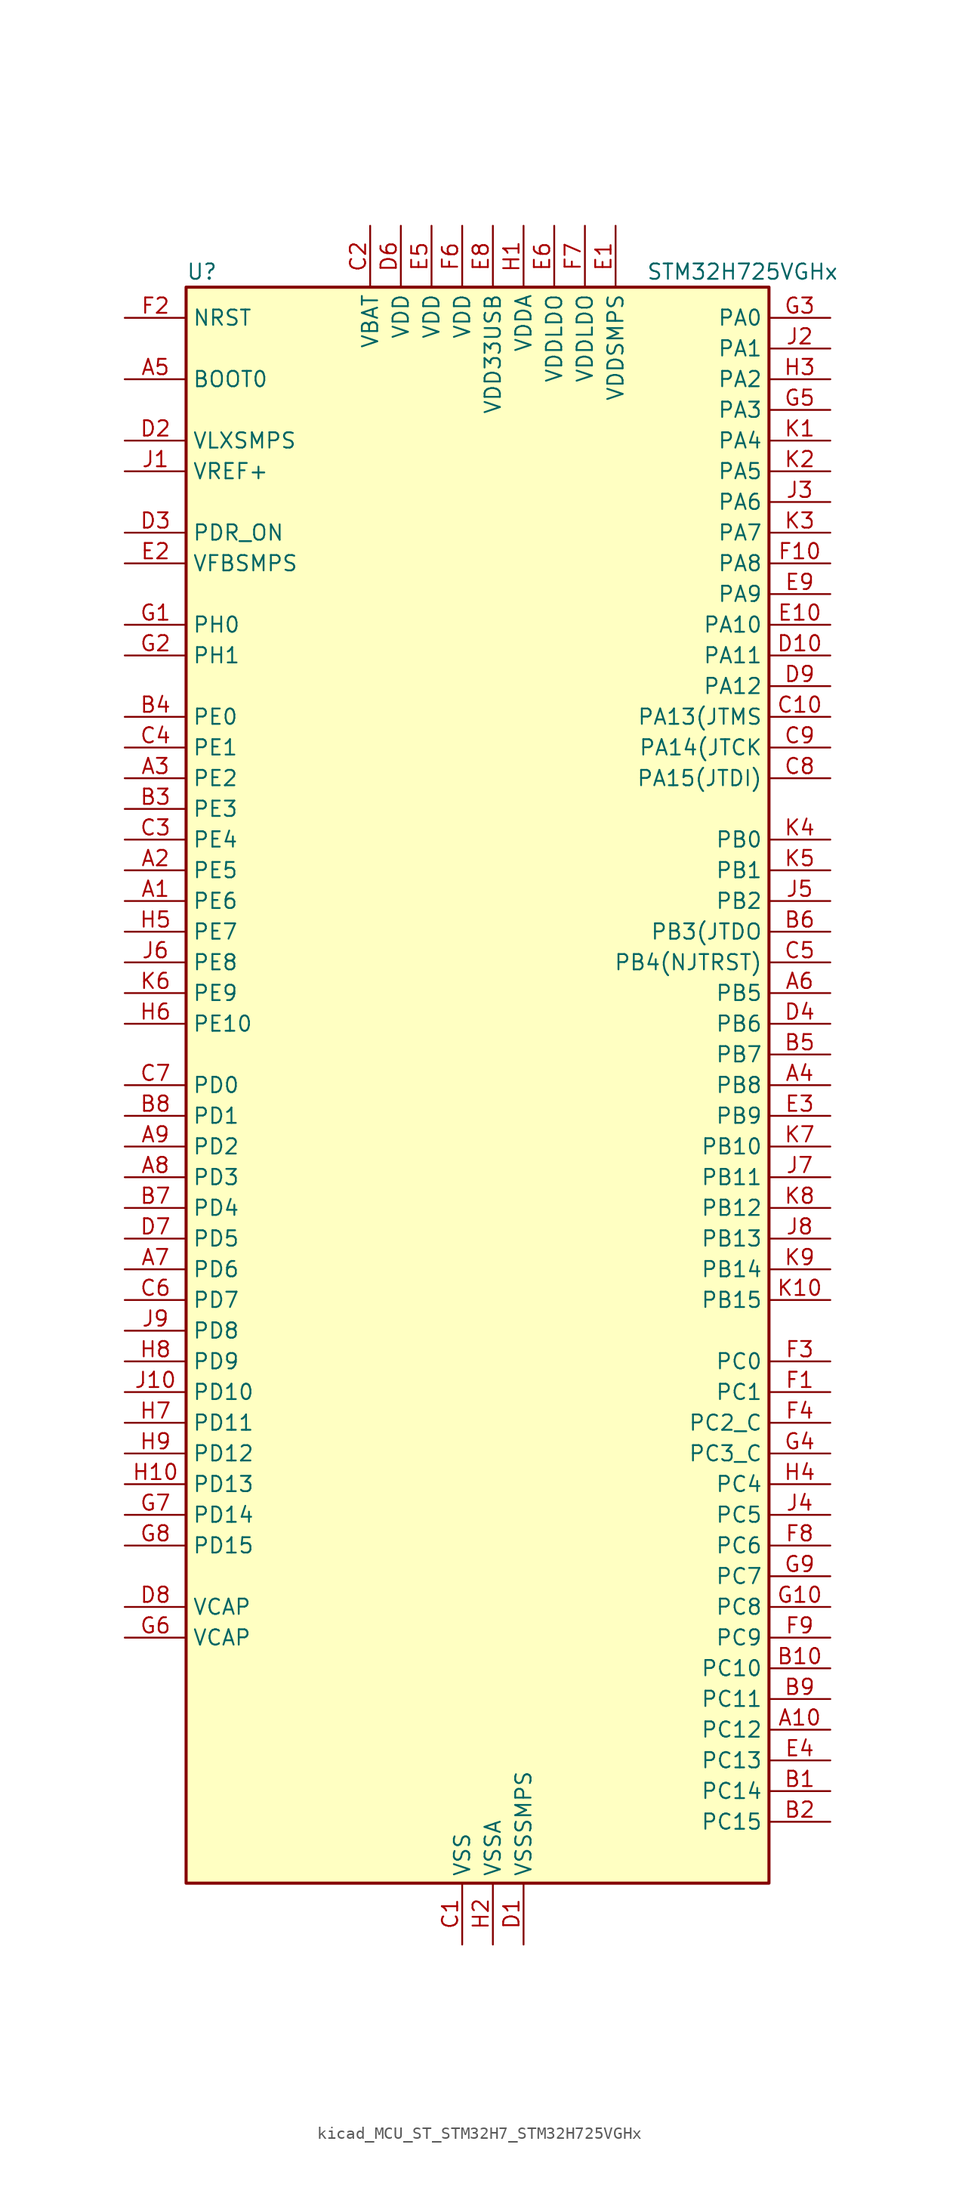
<source format=kicad_sym>
(kicad_symbol_lib
  (version 20220914)
  (generator kicad_symbol_editor)
  (symbol "kicad_MCU_ST_STM32H7_STM32H725VGHx"
    (property "Reference" "U"
      (at -22.86 67.31 0)
      (effects (font (size 1.27 1.27)) (justify left)))
    (property "Value" "STM32H725VGHx"
      (at 15.24 67.31 0)
      (effects (font (size 1.27 1.27)) (justify left)))
    (property "ki_locked" ""
      (at 0 0 0)
      (effects (font (size 1.27 1.27))))
    (symbol "kicad_MCU_ST_STM32H7_STM32H725VGHx_0_1"
      (rectangle (start -22.86 -66.04) (end 25.4 66.04) (stroke (width 0.254) (type default)) (fill (type background))))
    (symbol "kicad_MCU_ST_STM32H7_STM32H725VGHx_1_1"
      (pin bidirectional line (at -27.94 15.24 0) (length 5.08) (name "PE6" (effects (font (size 1.27 1.27)))) (number "A1" (effects (font (size 1.27 1.27)))) (alternate "DCMI_D7" bidirectional line) (alternate "DEBUG_TRACED3" bidirectional line) (alternate "FMC_A22" bidirectional line) (alternate "LTDC_G1" bidirectional line) (alternate "PSSI_D7" bidirectional line) (alternate "SAI1_D1" bidirectional line) (alternate "SAI1_SD_A" bidirectional line) (alternate "SAI4_D1" bidirectional line) (alternate "SAI4_MCLK_B" bidirectional line) (alternate "SAI4_SD_A" bidirectional line) (alternate "SPI4_MOSI" bidirectional line) (alternate "TIM15_CH2" bidirectional line) (alternate "TIM1_BKIN2" bidirectional line) (alternate "TIM1_BKIN2_COMP1" bidirectional line) (alternate "TIM1_BKIN2_COMP2" bidirectional line))
      (pin bidirectional line (at 30.48 -53.34 180) (length 5.08) (name "PC12" (effects (font (size 1.27 1.27)))) (number "A10" (effects (font (size 1.27 1.27)))) (alternate "DCMI_D9" bidirectional line) (alternate "DEBUG_TRACED3" bidirectional line) (alternate "FMC_D6" bidirectional line) (alternate "FMC_DA6" bidirectional line) (alternate "I2C5_SMBA" bidirectional line) (alternate "I2S3_SDO" bidirectional line) (alternate "I2S6_CK" bidirectional line) (alternate "LTDC_R6" bidirectional line) (alternate "PSSI_D9" bidirectional line) (alternate "SDMMC1_CK" bidirectional line) (alternate "SPI3_MOSI" bidirectional line) (alternate "SPI6_SCK" bidirectional line) (alternate "TIM15_CH1" bidirectional line) (alternate "UART5_TX" bidirectional line) (alternate "USART3_CK" bidirectional line))
      (pin bidirectional line (at -27.94 17.78 0) (length 5.08) (name "PE5" (effects (font (size 1.27 1.27)))) (number "A2" (effects (font (size 1.27 1.27)))) (alternate "DCMI_D6" bidirectional line) (alternate "DEBUG_TRACED2" bidirectional line) (alternate "DFSDM1_CKIN3" bidirectional line) (alternate "FMC_A21" bidirectional line) (alternate "LTDC_G0" bidirectional line) (alternate "PSSI_D6" bidirectional line) (alternate "SAI1_CK2" bidirectional line) (alternate "SAI1_SCK_A" bidirectional line) (alternate "SAI4_CK2" bidirectional line) (alternate "SAI4_SCK_A" bidirectional line) (alternate "SPI4_MISO" bidirectional line) (alternate "TIM15_CH1" bidirectional line))
      (pin bidirectional line (at -27.94 25.4 0) (length 5.08) (name "PE2" (effects (font (size 1.27 1.27)))) (number "A3" (effects (font (size 1.27 1.27)))) (alternate "DEBUG_TRACECLK" bidirectional line) (alternate "ETH_TXD3" bidirectional line) (alternate "FMC_A23" bidirectional line) (alternate "OCTOSPIM_P1_IO2" bidirectional line) (alternate "SAI1_CK1" bidirectional line) (alternate "SAI1_MCLK_A" bidirectional line) (alternate "SAI4_CK1" bidirectional line) (alternate "SAI4_MCLK_A" bidirectional line) (alternate "SPI4_SCK" bidirectional line) (alternate "USART10_RX" bidirectional line))
      (pin bidirectional line (at 30.48 0 180) (length 5.08) (name "PB8" (effects (font (size 1.27 1.27)))) (number "A4" (effects (font (size 1.27 1.27)))) (alternate "DCMI_D6" bidirectional line) (alternate "DFSDM1_CKIN7" bidirectional line) (alternate "ETH_TXD3" bidirectional line) (alternate "FDCAN1_RX" bidirectional line) (alternate "I2C1_SCL" bidirectional line) (alternate "I2C4_SCL" bidirectional line) (alternate "LTDC_B6" bidirectional line) (alternate "PSSI_D6" bidirectional line) (alternate "SDMMC1_CKIN" bidirectional line) (alternate "SDMMC1_D4" bidirectional line) (alternate "SDMMC2_D4" bidirectional line) (alternate "TIM16_CH1" bidirectional line) (alternate "TIM4_CH3" bidirectional line) (alternate "UART4_RX" bidirectional line))
      (pin input line (at -27.94 58.42 0) (length 5.08) (name "BOOT0" (effects (font (size 1.27 1.27)))) (number "A5" (effects (font (size 1.27 1.27)))))
      (pin bidirectional line (at 30.48 7.62 180) (length 5.08) (name "PB5" (effects (font (size 1.27 1.27)))) (number "A6" (effects (font (size 1.27 1.27)))) (alternate "DCMI_D10" bidirectional line) (alternate "ETH_PPS_OUT" bidirectional line) (alternate "FDCAN2_RX" bidirectional line) (alternate "FMC_SDCKE1" bidirectional line) (alternate "I2C1_SMBA" bidirectional line) (alternate "I2C4_SMBA" bidirectional line) (alternate "I2S1_SDO" bidirectional line) (alternate "I2S3_SDO" bidirectional line) (alternate "I2S6_SDO" bidirectional line) (alternate "LTDC_B5" bidirectional line) (alternate "PSSI_D10" bidirectional line) (alternate "SPI1_MOSI" bidirectional line) (alternate "SPI3_MOSI" bidirectional line) (alternate "SPI6_MOSI" bidirectional line) (alternate "TIM17_BKIN" bidirectional line) (alternate "TIM3_CH2" bidirectional line) (alternate "UART5_RX" bidirectional line) (alternate "USB_OTG_HS_ULPI_D7" bidirectional line))
      (pin bidirectional line (at -27.94 -15.24 0) (length 5.08) (name "PD6" (effects (font (size 1.27 1.27)))) (number "A7" (effects (font (size 1.27 1.27)))) (alternate "DCMI_D10" bidirectional line) (alternate "DFSDM1_CKIN4" bidirectional line) (alternate "DFSDM1_DATIN1" bidirectional line) (alternate "FMC_NWAIT" bidirectional line) (alternate "I2S3_SDO" bidirectional line) (alternate "LTDC_B2" bidirectional line) (alternate "OCTOSPIM_P1_IO6" bidirectional line) (alternate "PSSI_D10" bidirectional line) (alternate "SAI1_D1" bidirectional line) (alternate "SAI1_SD_A" bidirectional line) (alternate "SAI4_D1" bidirectional line) (alternate "SAI4_SD_A" bidirectional line) (alternate "SDMMC2_CK" bidirectional line) (alternate "SPI3_MOSI" bidirectional line) (alternate "USART2_RX" bidirectional line))
      (pin bidirectional line (at -27.94 -7.62 0) (length 5.08) (name "PD3" (effects (font (size 1.27 1.27)))) (number "A8" (effects (font (size 1.27 1.27)))) (alternate "DCMI_D5" bidirectional line) (alternate "DFSDM1_CKOUT" bidirectional line) (alternate "FMC_CLK" bidirectional line) (alternate "I2S2_CK" bidirectional line) (alternate "LTDC_G7" bidirectional line) (alternate "PSSI_D5" bidirectional line) (alternate "SPI2_SCK" bidirectional line) (alternate "USART2_CTS" bidirectional line) (alternate "USART2_NSS" bidirectional line))
      (pin bidirectional line (at -27.94 -5.08 0) (length 5.08) (name "PD2" (effects (font (size 1.27 1.27)))) (number "A9" (effects (font (size 1.27 1.27)))) (alternate "DCMI_D11" bidirectional line) (alternate "DEBUG_TRACED2" bidirectional line) (alternate "FMC_D7" bidirectional line) (alternate "FMC_DA7" bidirectional line) (alternate "LTDC_B2" bidirectional line) (alternate "LTDC_B7" bidirectional line) (alternate "PSSI_D11" bidirectional line) (alternate "SDMMC1_CMD" bidirectional line) (alternate "TIM15_BKIN" bidirectional line) (alternate "TIM3_ETR" bidirectional line) (alternate "UART5_RX" bidirectional line))
      (pin bidirectional line (at 30.48 -58.42 180) (length 5.08) (name "PC14" (effects (font (size 1.27 1.27)))) (number "B1" (effects (font (size 1.27 1.27)))) (alternate "RCC_OSC32_IN" bidirectional line))
      (pin bidirectional line (at 30.48 -48.26 180) (length 5.08) (name "PC10" (effects (font (size 1.27 1.27)))) (number "B10" (effects (font (size 1.27 1.27)))) (alternate "DCMI_D8" bidirectional line) (alternate "DFSDM1_CKIN5" bidirectional line) (alternate "I2C5_SDA" bidirectional line) (alternate "I2S3_CK" bidirectional line) (alternate "LTDC_B1" bidirectional line) (alternate "LTDC_R2" bidirectional line) (alternate "OCTOSPIM_P1_IO1" bidirectional line) (alternate "PSSI_D8" bidirectional line) (alternate "SDMMC1_D2" bidirectional line) (alternate "SPI3_SCK" bidirectional line) (alternate "SWPMI1_RX" bidirectional line) (alternate "UART4_TX" bidirectional line) (alternate "USART3_TX" bidirectional line))
      (pin bidirectional line (at 30.48 -60.96 180) (length 5.08) (name "PC15" (effects (font (size 1.27 1.27)))) (number "B2" (effects (font (size 1.27 1.27)))) (alternate "ADC1_EXTI15" bidirectional line) (alternate "ADC2_EXTI15" bidirectional line) (alternate "ADC3_EXTI15" bidirectional line) (alternate "RCC_OSC32_OUT" bidirectional line))
      (pin bidirectional line (at -27.94 22.86 0) (length 5.08) (name "PE3" (effects (font (size 1.27 1.27)))) (number "B3" (effects (font (size 1.27 1.27)))) (alternate "DEBUG_TRACED0" bidirectional line) (alternate "FMC_A19" bidirectional line) (alternate "SAI1_SD_B" bidirectional line) (alternate "SAI4_SD_B" bidirectional line) (alternate "TIM15_BKIN" bidirectional line) (alternate "USART10_TX" bidirectional line))
      (pin bidirectional line (at -27.94 30.48 0) (length 5.08) (name "PE0" (effects (font (size 1.27 1.27)))) (number "B4" (effects (font (size 1.27 1.27)))) (alternate "DCMI_D2" bidirectional line) (alternate "FMC_NBL0" bidirectional line) (alternate "LPTIM1_ETR" bidirectional line) (alternate "LPTIM2_ETR" bidirectional line) (alternate "LTDC_R0" bidirectional line) (alternate "PSSI_D2" bidirectional line) (alternate "SAI4_MCLK_A" bidirectional line) (alternate "TIM4_ETR" bidirectional line) (alternate "UART8_RX" bidirectional line))
      (pin bidirectional line (at 30.48 2.54 180) (length 5.08) (name "PB7" (effects (font (size 1.27 1.27)))) (number "B5" (effects (font (size 1.27 1.27)))) (alternate "DCMI_VSYNC" bidirectional line) (alternate "DFSDM1_CKIN5" bidirectional line) (alternate "FMC_NL" bidirectional line) (alternate "I2C1_SDA" bidirectional line) (alternate "I2C4_SDA" bidirectional line) (alternate "LPUART1_RX" bidirectional line) (alternate "PSSI_RDY" bidirectional line) (alternate "PWR_PVD_IN" bidirectional line) (alternate "TIM17_CH1N" bidirectional line) (alternate "TIM4_CH2" bidirectional line) (alternate "USART1_RX" bidirectional line))
      (pin bidirectional line (at 30.48 12.7 180) (length 5.08) (name "PB3(JTDO" (effects (font (size 1.27 1.27)))) (number "B6" (effects (font (size 1.27 1.27)))) (alternate "CRS_SYNC" bidirectional line) (alternate "DEBUG_JTDO-SWO" bidirectional line) (alternate "I2S1_CK" bidirectional line) (alternate "I2S3_CK" bidirectional line) (alternate "I2S6_CK" bidirectional line) (alternate "SDMMC2_D2" bidirectional line) (alternate "SPI1_SCK" bidirectional line) (alternate "SPI3_SCK" bidirectional line) (alternate "SPI6_SCK" bidirectional line) (alternate "TIM24_ETR" bidirectional line) (alternate "TIM2_CH2" bidirectional line) (alternate "UART7_RX" bidirectional line))
      (pin bidirectional line (at -27.94 -10.16 0) (length 5.08) (name "PD4" (effects (font (size 1.27 1.27)))) (number "B7" (effects (font (size 1.27 1.27)))) (alternate "FMC_NOE" bidirectional line) (alternate "OCTOSPIM_P1_IO4" bidirectional line) (alternate "USART2_DE" bidirectional line) (alternate "USART2_RTS" bidirectional line))
      (pin bidirectional line (at -27.94 -2.54 0) (length 5.08) (name "PD1" (effects (font (size 1.27 1.27)))) (number "B8" (effects (font (size 1.27 1.27)))) (alternate "DFSDM1_DATIN6" bidirectional line) (alternate "FDCAN1_TX" bidirectional line) (alternate "FMC_D3" bidirectional line) (alternate "FMC_DA3" bidirectional line) (alternate "UART4_TX" bidirectional line))
      (pin bidirectional line (at 30.48 -50.8 180) (length 5.08) (name "PC11" (effects (font (size 1.27 1.27)))) (number "B9" (effects (font (size 1.27 1.27)))) (alternate "ADC1_EXTI11" bidirectional line) (alternate "ADC2_EXTI11" bidirectional line) (alternate "ADC3_EXTI11" bidirectional line) (alternate "DCMI_D4" bidirectional line) (alternate "DFSDM1_DATIN5" bidirectional line) (alternate "I2C5_SCL" bidirectional line) (alternate "I2S3_SDI" bidirectional line) (alternate "LTDC_B4" bidirectional line) (alternate "OCTOSPIM_P1_NCS" bidirectional line) (alternate "PSSI_D4" bidirectional line) (alternate "SDMMC1_D3" bidirectional line) (alternate "SPI3_MISO" bidirectional line) (alternate "UART4_RX" bidirectional line) (alternate "USART3_RX" bidirectional line))
      (pin power_in line (at 0 -71.12 90) (length 5.08) (name "VSS" (effects (font (size 1.27 1.27)))) (number "C1" (effects (font (size 1.27 1.27)))))
      (pin bidirectional line (at 30.48 30.48 180) (length 5.08) (name "PA13(JTMS" (effects (font (size 1.27 1.27)))) (number "C10" (effects (font (size 1.27 1.27)))) (alternate "DEBUG_JTMS-SWDIO" bidirectional line))
      (pin power_in line (at -7.62 71.12 270) (length 5.08) (name "VBAT" (effects (font (size 1.27 1.27)))) (number "C2" (effects (font (size 1.27 1.27)))))
      (pin bidirectional line (at -27.94 20.32 0) (length 5.08) (name "PE4" (effects (font (size 1.27 1.27)))) (number "C3" (effects (font (size 1.27 1.27)))) (alternate "DCMI_D4" bidirectional line) (alternate "DEBUG_TRACED1" bidirectional line) (alternate "DFSDM1_DATIN3" bidirectional line) (alternate "FMC_A20" bidirectional line) (alternate "LTDC_B0" bidirectional line) (alternate "PSSI_D4" bidirectional line) (alternate "SAI1_D2" bidirectional line) (alternate "SAI1_FS_A" bidirectional line) (alternate "SAI4_D2" bidirectional line) (alternate "SAI4_FS_A" bidirectional line) (alternate "SPI4_NSS" bidirectional line) (alternate "TIM15_CH1N" bidirectional line))
      (pin bidirectional line (at -27.94 27.94 0) (length 5.08) (name "PE1" (effects (font (size 1.27 1.27)))) (number "C4" (effects (font (size 1.27 1.27)))) (alternate "DCMI_D3" bidirectional line) (alternate "FMC_NBL1" bidirectional line) (alternate "LPTIM1_IN2" bidirectional line) (alternate "LTDC_R6" bidirectional line) (alternate "PSSI_D3" bidirectional line) (alternate "UART8_TX" bidirectional line))
      (pin bidirectional line (at 30.48 10.16 180) (length 5.08) (name "PB4(NJTRST)" (effects (font (size 1.27 1.27)))) (number "C5" (effects (font (size 1.27 1.27)))) (alternate "DEBUG_JTRST" bidirectional line) (alternate "I2S1_SDI" bidirectional line) (alternate "I2S2_WS" bidirectional line) (alternate "I2S3_SDI" bidirectional line) (alternate "I2S6_SDI" bidirectional line) (alternate "SDMMC2_D3" bidirectional line) (alternate "SPI1_MISO" bidirectional line) (alternate "SPI2_NSS" bidirectional line) (alternate "SPI3_MISO" bidirectional line) (alternate "SPI6_MISO" bidirectional line) (alternate "TIM16_BKIN" bidirectional line) (alternate "TIM3_CH1" bidirectional line) (alternate "UART7_TX" bidirectional line))
      (pin bidirectional line (at -27.94 -17.78 0) (length 5.08) (name "PD7" (effects (font (size 1.27 1.27)))) (number "C6" (effects (font (size 1.27 1.27)))) (alternate "DFSDM1_CKIN1" bidirectional line) (alternate "DFSDM1_DATIN4" bidirectional line) (alternate "FMC_NE1" bidirectional line) (alternate "I2S1_SDO" bidirectional line) (alternate "OCTOSPIM_P1_IO7" bidirectional line) (alternate "SDMMC2_CMD" bidirectional line) (alternate "SPDIFRX1_IN0" bidirectional line) (alternate "SPI1_MOSI" bidirectional line) (alternate "USART2_CK" bidirectional line))
      (pin bidirectional line (at -27.94 0 0) (length 5.08) (name "PD0" (effects (font (size 1.27 1.27)))) (number "C7" (effects (font (size 1.27 1.27)))) (alternate "DFSDM1_CKIN6" bidirectional line) (alternate "FDCAN1_RX" bidirectional line) (alternate "FMC_D2" bidirectional line) (alternate "FMC_DA2" bidirectional line) (alternate "LTDC_B1" bidirectional line) (alternate "UART4_RX" bidirectional line) (alternate "UART9_CTS" bidirectional line))
      (pin bidirectional line (at 30.48 25.4 180) (length 5.08) (name "PA15(JTDI)" (effects (font (size 1.27 1.27)))) (number "C8" (effects (font (size 1.27 1.27)))) (alternate "ADC1_EXTI15" bidirectional line) (alternate "ADC2_EXTI15" bidirectional line) (alternate "ADC3_EXTI15" bidirectional line) (alternate "CEC" bidirectional line) (alternate "DEBUG_JTDI" bidirectional line) (alternate "I2S1_WS" bidirectional line) (alternate "I2S3_WS" bidirectional line) (alternate "I2S6_WS" bidirectional line) (alternate "LTDC_B6" bidirectional line) (alternate "LTDC_R3" bidirectional line) (alternate "SPI1_NSS" bidirectional line) (alternate "SPI3_NSS" bidirectional line) (alternate "SPI6_NSS" bidirectional line) (alternate "TIM2_CH1" bidirectional line) (alternate "TIM2_ETR" bidirectional line) (alternate "UART4_DE" bidirectional line) (alternate "UART4_RTS" bidirectional line) (alternate "UART7_TX" bidirectional line))
      (pin bidirectional line (at 30.48 27.94 180) (length 5.08) (name "PA14(JTCK" (effects (font (size 1.27 1.27)))) (number "C9" (effects (font (size 1.27 1.27)))) (alternate "DEBUG_JTCK-SWCLK" bidirectional line))
      (pin power_in line (at 5.08 -71.12 90) (length 5.08) (name "VSSSMPS" (effects (font (size 1.27 1.27)))) (number "D1" (effects (font (size 1.27 1.27)))))
      (pin bidirectional line (at 30.48 35.56 180) (length 5.08) (name "PA11" (effects (font (size 1.27 1.27)))) (number "D10" (effects (font (size 1.27 1.27)))) (alternate "ADC1_EXTI11" bidirectional line) (alternate "ADC2_EXTI11" bidirectional line) (alternate "ADC3_EXTI11" bidirectional line) (alternate "FDCAN1_RX" bidirectional line) (alternate "I2S2_WS" bidirectional line) (alternate "LPUART1_CTS" bidirectional line) (alternate "LTDC_R4" bidirectional line) (alternate "SPI2_NSS" bidirectional line) (alternate "TIM1_CH4" bidirectional line) (alternate "UART4_RX" bidirectional line) (alternate "USART1_CTS" bidirectional line) (alternate "USART1_NSS" bidirectional line) (alternate "USB_OTG_HS_DM" bidirectional line))
      (pin power_in line (at -27.94 53.34 0) (length 5.08) (name "VLXSMPS" (effects (font (size 1.27 1.27)))) (number "D2" (effects (font (size 1.27 1.27)))))
      (pin input line (at -27.94 45.72 0) (length 5.08) (name "PDR_ON" (effects (font (size 1.27 1.27)))) (number "D3" (effects (font (size 1.27 1.27)))))
      (pin bidirectional line (at 30.48 5.08 180) (length 5.08) (name "PB6" (effects (font (size 1.27 1.27)))) (number "D4" (effects (font (size 1.27 1.27)))) (alternate "CEC" bidirectional line) (alternate "DCMI_D5" bidirectional line) (alternate "DFSDM1_DATIN5" bidirectional line) (alternate "FDCAN2_TX" bidirectional line) (alternate "FMC_SDNE1" bidirectional line) (alternate "I2C1_SCL" bidirectional line) (alternate "I2C4_SCL" bidirectional line) (alternate "LPUART1_TX" bidirectional line) (alternate "OCTOSPIM_P1_NCS" bidirectional line) (alternate "PSSI_D5" bidirectional line) (alternate "TIM16_CH1N" bidirectional line) (alternate "TIM4_CH1" bidirectional line) (alternate "UART5_TX" bidirectional line) (alternate "USART1_TX" bidirectional line))
      (pin passive line (at 0 -71.12 90) (length 5.08) hide (name "VSS" (effects (font (size 1.27 1.27)))) (number "D5" (effects (font (size 1.27 1.27)))))
      (pin power_in line (at -5.08 71.12 270) (length 5.08) (name "VDD" (effects (font (size 1.27 1.27)))) (number "D6" (effects (font (size 1.27 1.27)))))
      (pin bidirectional line (at -27.94 -12.7 0) (length 5.08) (name "PD5" (effects (font (size 1.27 1.27)))) (number "D7" (effects (font (size 1.27 1.27)))) (alternate "FMC_NWE" bidirectional line) (alternate "OCTOSPIM_P1_IO5" bidirectional line) (alternate "USART2_TX" bidirectional line))
      (pin power_out line (at -27.94 -43.18 0) (length 5.08) (name "VCAP" (effects (font (size 1.27 1.27)))) (number "D8" (effects (font (size 1.27 1.27)))))
      (pin bidirectional line (at 30.48 33.02 180) (length 5.08) (name "PA12" (effects (font (size 1.27 1.27)))) (number "D9" (effects (font (size 1.27 1.27)))) (alternate "FDCAN1_TX" bidirectional line) (alternate "I2S2_CK" bidirectional line) (alternate "LPUART1_DE" bidirectional line) (alternate "LPUART1_RTS" bidirectional line) (alternate "LTDC_R5" bidirectional line) (alternate "SAI4_FS_B" bidirectional line) (alternate "SPI2_SCK" bidirectional line) (alternate "TIM1_BKIN2" bidirectional line) (alternate "TIM1_ETR" bidirectional line) (alternate "UART4_TX" bidirectional line) (alternate "USART1_DE" bidirectional line) (alternate "USART1_RTS" bidirectional line) (alternate "USB_OTG_HS_DP" bidirectional line))
      (pin power_in line (at 12.7 71.12 270) (length 5.08) (name "VDDSMPS" (effects (font (size 1.27 1.27)))) (number "E1" (effects (font (size 1.27 1.27)))))
      (pin bidirectional line (at 30.48 38.1 180) (length 5.08) (name "PA10" (effects (font (size 1.27 1.27)))) (number "E10" (effects (font (size 1.27 1.27)))) (alternate "DCMI_D1" bidirectional line) (alternate "LPUART1_RX" bidirectional line) (alternate "LTDC_B1" bidirectional line) (alternate "LTDC_B4" bidirectional line) (alternate "MDIOS_MDIO" bidirectional line) (alternate "PSSI_D1" bidirectional line) (alternate "TIM1_CH3" bidirectional line) (alternate "USART1_RX" bidirectional line) (alternate "USB_OTG_HS_ID" bidirectional line))
      (pin input line (at -27.94 43.18 0) (length 5.08) (name "VFBSMPS" (effects (font (size 1.27 1.27)))) (number "E2" (effects (font (size 1.27 1.27)))))
      (pin bidirectional line (at 30.48 -2.54 180) (length 5.08) (name "PB9" (effects (font (size 1.27 1.27)))) (number "E3" (effects (font (size 1.27 1.27)))) (alternate "DAC1_EXTI9" bidirectional line) (alternate "DCMI_D7" bidirectional line) (alternate "DFSDM1_DATIN7" bidirectional line) (alternate "FDCAN1_TX" bidirectional line) (alternate "I2C1_SDA" bidirectional line) (alternate "I2C4_SDA" bidirectional line) (alternate "I2C4_SMBA" bidirectional line) (alternate "I2S2_WS" bidirectional line) (alternate "LTDC_B7" bidirectional line) (alternate "PSSI_D7" bidirectional line) (alternate "SDMMC1_CDIR" bidirectional line) (alternate "SDMMC1_D5" bidirectional line) (alternate "SDMMC2_D5" bidirectional line) (alternate "SPI2_NSS" bidirectional line) (alternate "TIM17_CH1" bidirectional line) (alternate "TIM4_CH4" bidirectional line) (alternate "UART4_TX" bidirectional line))
      (pin bidirectional line (at 30.48 -55.88 180) (length 5.08) (name "PC13" (effects (font (size 1.27 1.27)))) (number "E4" (effects (font (size 1.27 1.27)))) (alternate "PWR_WKUP4" bidirectional line) (alternate "RTC_OUT_ALARM" bidirectional line) (alternate "RTC_OUT_CALIB" bidirectional line) (alternate "RTC_TAMP1" bidirectional line) (alternate "RTC_TS" bidirectional line))
      (pin power_in line (at -2.54 71.12 270) (length 5.08) (name "VDD" (effects (font (size 1.27 1.27)))) (number "E5" (effects (font (size 1.27 1.27)))))
      (pin power_in line (at 7.62 71.12 270) (length 5.08) (name "VDDLDO" (effects (font (size 1.27 1.27)))) (number "E6" (effects (font (size 1.27 1.27)))))
      (pin passive line (at 0 -71.12 90) (length 5.08) hide (name "VSS" (effects (font (size 1.27 1.27)))) (number "E7" (effects (font (size 1.27 1.27)))))
      (pin power_in line (at 2.54 71.12 270) (length 5.08) (name "VDD33USB" (effects (font (size 1.27 1.27)))) (number "E8" (effects (font (size 1.27 1.27)))))
      (pin bidirectional line (at 30.48 40.64 180) (length 5.08) (name "PA9" (effects (font (size 1.27 1.27)))) (number "E9" (effects (font (size 1.27 1.27)))) (alternate "DAC1_EXTI9" bidirectional line) (alternate "DCMI_D0" bidirectional line) (alternate "ETH_TX_ER" bidirectional line) (alternate "I2C3_SMBA" bidirectional line) (alternate "I2C5_SMBA" bidirectional line) (alternate "I2S2_CK" bidirectional line) (alternate "LPUART1_TX" bidirectional line) (alternate "LTDC_R5" bidirectional line) (alternate "PSSI_D0" bidirectional line) (alternate "SPI2_SCK" bidirectional line) (alternate "TIM1_CH2" bidirectional line) (alternate "USART1_TX" bidirectional line) (alternate "USB_OTG_HS_VBUS" bidirectional line))
      (pin bidirectional line (at 30.48 -25.4 180) (length 5.08) (name "PC1" (effects (font (size 1.27 1.27)))) (number "F1" (effects (font (size 1.27 1.27)))) (alternate "ADC1_INN10" bidirectional line) (alternate "ADC1_INP11" bidirectional line) (alternate "ADC2_INN10" bidirectional line) (alternate "ADC2_INP11" bidirectional line) (alternate "ADC3_INN10" bidirectional line) (alternate "ADC3_INP11" bidirectional line) (alternate "DEBUG_TRACED0" bidirectional line) (alternate "DFSDM1_CKIN4" bidirectional line) (alternate "DFSDM1_DATIN0" bidirectional line) (alternate "ETH_MDC" bidirectional line) (alternate "I2S2_SDO" bidirectional line) (alternate "LTDC_G5" bidirectional line) (alternate "MDIOS_MDC" bidirectional line) (alternate "OCTOSPIM_P1_IO4" bidirectional line) (alternate "PWR_WKUP6" bidirectional line) (alternate "RTC_TAMP3" bidirectional line) (alternate "SAI1_D1" bidirectional line) (alternate "SAI1_SD_A" bidirectional line) (alternate "SAI4_D1" bidirectional line) (alternate "SAI4_SD_A" bidirectional line) (alternate "SDMMC2_CK" bidirectional line) (alternate "SPI2_MOSI" bidirectional line))
      (pin bidirectional line (at 30.48 43.18 180) (length 5.08) (name "PA8" (effects (font (size 1.27 1.27)))) (number "F10" (effects (font (size 1.27 1.27)))) (alternate "I2C3_SCL" bidirectional line) (alternate "I2C5_SCL" bidirectional line) (alternate "LTDC_B3" bidirectional line) (alternate "LTDC_R6" bidirectional line) (alternate "RCC_MCO_1" bidirectional line) (alternate "TIM1_CH1" bidirectional line) (alternate "TIM8_BKIN2" bidirectional line) (alternate "TIM8_BKIN2_COMP1" bidirectional line) (alternate "TIM8_BKIN2_COMP2" bidirectional line) (alternate "UART7_RX" bidirectional line) (alternate "USART1_CK" bidirectional line) (alternate "USB_OTG_HS_SOF" bidirectional line))
      (pin input line (at -27.94 63.5 0) (length 5.08) (name "NRST" (effects (font (size 1.27 1.27)))) (number "F2" (effects (font (size 1.27 1.27)))))
      (pin bidirectional line (at 30.48 -22.86 180) (length 5.08) (name "PC0" (effects (font (size 1.27 1.27)))) (number "F3" (effects (font (size 1.27 1.27)))) (alternate "ADC1_INP10" bidirectional line) (alternate "ADC2_INP10" bidirectional line) (alternate "ADC3_INP10" bidirectional line) (alternate "DFSDM1_CKIN0" bidirectional line) (alternate "DFSDM1_DATIN4" bidirectional line) (alternate "FMC_A25" bidirectional line) (alternate "FMC_D12" bidirectional line) (alternate "FMC_DA12" bidirectional line) (alternate "FMC_SDNWE" bidirectional line) (alternate "LTDC_G2" bidirectional line) (alternate "LTDC_R5" bidirectional line) (alternate "SAI4_FS_B" bidirectional line) (alternate "USB_OTG_HS_ULPI_STP" bidirectional line))
      (pin bidirectional line (at 30.48 -27.94 180) (length 5.08) (name "PC2_C" (effects (font (size 1.27 1.27)))) (number "F4" (effects (font (size 1.27 1.27)))) (alternate "ADC3_INN1" bidirectional line) (alternate "ADC3_INP0" bidirectional line) (alternate "DFSDM1_CKIN1" bidirectional line) (alternate "DFSDM1_CKOUT" bidirectional line) (alternate "ETH_TXD2" bidirectional line) (alternate "FMC_SDNE0" bidirectional line) (alternate "I2S2_SDI" bidirectional line) (alternate "OCTOSPIM_P1_IO2" bidirectional line) (alternate "OCTOSPIM_P1_IO5" bidirectional line) (alternate "PWR_CSTOP" bidirectional line) (alternate "SPI2_MISO" bidirectional line) (alternate "USB_OTG_HS_ULPI_DIR" bidirectional line))
      (pin passive line (at 0 -71.12 90) (length 5.08) hide (name "VSS" (effects (font (size 1.27 1.27)))) (number "F5" (effects (font (size 1.27 1.27)))))
      (pin power_in line (at 0 71.12 270) (length 5.08) (name "VDD" (effects (font (size 1.27 1.27)))) (number "F6" (effects (font (size 1.27 1.27)))))
      (pin power_in line (at 10.16 71.12 270) (length 5.08) (name "VDDLDO" (effects (font (size 1.27 1.27)))) (number "F7" (effects (font (size 1.27 1.27)))))
      (pin bidirectional line (at 30.48 -38.1 180) (length 5.08) (name "PC6" (effects (font (size 1.27 1.27)))) (number "F8" (effects (font (size 1.27 1.27)))) (alternate "DCMI_D0" bidirectional line) (alternate "DFSDM1_CKIN3" bidirectional line) (alternate "FMC_NWAIT" bidirectional line) (alternate "I2S2_MCK" bidirectional line) (alternate "LTDC_HSYNC" bidirectional line) (alternate "PSSI_D0" bidirectional line) (alternate "SDMMC1_D0DIR" bidirectional line) (alternate "SDMMC1_D6" bidirectional line) (alternate "SDMMC2_D6" bidirectional line) (alternate "SWPMI1_IO" bidirectional line) (alternate "TIM3_CH1" bidirectional line) (alternate "TIM8_CH1" bidirectional line) (alternate "USART6_TX" bidirectional line))
      (pin bidirectional line (at 30.48 -45.72 180) (length 5.08) (name "PC9" (effects (font (size 1.27 1.27)))) (number "F9" (effects (font (size 1.27 1.27)))) (alternate "DAC1_EXTI9" bidirectional line) (alternate "DCMI_D3" bidirectional line) (alternate "I2C3_SDA" bidirectional line) (alternate "I2C5_SDA" bidirectional line) (alternate "I2S_CKIN" bidirectional line) (alternate "LTDC_B2" bidirectional line) (alternate "LTDC_G3" bidirectional line) (alternate "OCTOSPIM_P1_IO0" bidirectional line) (alternate "PSSI_D3" bidirectional line) (alternate "RCC_MCO_2" bidirectional line) (alternate "SDMMC1_D1" bidirectional line) (alternate "SWPMI1_SUSPEND" bidirectional line) (alternate "TIM3_CH4" bidirectional line) (alternate "TIM8_CH4" bidirectional line) (alternate "UART5_CTS" bidirectional line))
      (pin bidirectional line (at -27.94 38.1 0) (length 5.08) (name "PH0" (effects (font (size 1.27 1.27)))) (number "G1" (effects (font (size 1.27 1.27)))) (alternate "RCC_OSC_IN" bidirectional line))
      (pin bidirectional line (at 30.48 -43.18 180) (length 5.08) (name "PC8" (effects (font (size 1.27 1.27)))) (number "G10" (effects (font (size 1.27 1.27)))) (alternate "DCMI_D2" bidirectional line) (alternate "DEBUG_TRACED1" bidirectional line) (alternate "FMC_INT" bidirectional line) (alternate "FMC_NCE" bidirectional line) (alternate "FMC_NE2" bidirectional line) (alternate "PSSI_D2" bidirectional line) (alternate "SDMMC1_D0" bidirectional line) (alternate "SWPMI1_RX" bidirectional line) (alternate "TIM3_CH3" bidirectional line) (alternate "TIM8_CH3" bidirectional line) (alternate "UART5_DE" bidirectional line) (alternate "UART5_RTS" bidirectional line) (alternate "USART6_CK" bidirectional line))
      (pin bidirectional line (at -27.94 35.56 0) (length 5.08) (name "PH1" (effects (font (size 1.27 1.27)))) (number "G2" (effects (font (size 1.27 1.27)))) (alternate "RCC_OSC_OUT" bidirectional line))
      (pin bidirectional line (at 30.48 63.5 180) (length 5.08) (name "PA0" (effects (font (size 1.27 1.27)))) (number "G3" (effects (font (size 1.27 1.27)))) (alternate "ADC1_INP16" bidirectional line) (alternate "ETH_CRS" bidirectional line) (alternate "FMC_A19" bidirectional line) (alternate "I2S6_WS" bidirectional line) (alternate "PWR_WKUP1" bidirectional line) (alternate "SAI4_SD_B" bidirectional line) (alternate "SDMMC2_CMD" bidirectional line) (alternate "SPI6_NSS" bidirectional line) (alternate "TIM15_BKIN" bidirectional line) (alternate "TIM2_CH1" bidirectional line) (alternate "TIM2_ETR" bidirectional line) (alternate "TIM5_CH1" bidirectional line) (alternate "TIM8_ETR" bidirectional line) (alternate "UART4_TX" bidirectional line) (alternate "USART2_CTS" bidirectional line) (alternate "USART2_NSS" bidirectional line))
      (pin bidirectional line (at 30.48 -30.48 180) (length 5.08) (name "PC3_C" (effects (font (size 1.27 1.27)))) (number "G4" (effects (font (size 1.27 1.27)))) (alternate "ADC3_INP1" bidirectional line) (alternate "DFSDM1_DATIN1" bidirectional line) (alternate "ETH_TX_CLK" bidirectional line) (alternate "FMC_SDCKE0" bidirectional line) (alternate "I2S2_SDO" bidirectional line) (alternate "OCTOSPIM_P1_IO0" bidirectional line) (alternate "OCTOSPIM_P1_IO6" bidirectional line) (alternate "PWR_CSLEEP" bidirectional line) (alternate "SPI2_MOSI" bidirectional line) (alternate "USB_OTG_HS_ULPI_NXT" bidirectional line))
      (pin bidirectional line (at 30.48 55.88 180) (length 5.08) (name "PA3" (effects (font (size 1.27 1.27)))) (number "G5" (effects (font (size 1.27 1.27)))) (alternate "ADC1_INP15" bidirectional line) (alternate "ADC2_INP15" bidirectional line) (alternate "ETH_COL" bidirectional line) (alternate "I2S6_MCK" bidirectional line) (alternate "LPTIM5_OUT" bidirectional line) (alternate "LTDC_B2" bidirectional line) (alternate "LTDC_B5" bidirectional line) (alternate "OCTOSPIM_P1_CLK" bidirectional line) (alternate "OCTOSPIM_P1_IO2" bidirectional line) (alternate "TIM15_CH2" bidirectional line) (alternate "TIM2_CH4" bidirectional line) (alternate "TIM5_CH4" bidirectional line) (alternate "USART2_RX" bidirectional line) (alternate "USB_OTG_HS_ULPI_D0" bidirectional line))
      (pin power_out line (at -27.94 -45.72 0) (length 5.08) (name "VCAP" (effects (font (size 1.27 1.27)))) (number "G6" (effects (font (size 1.27 1.27)))))
      (pin bidirectional line (at -27.94 -35.56 0) (length 5.08) (name "PD14" (effects (font (size 1.27 1.27)))) (number "G7" (effects (font (size 1.27 1.27)))) (alternate "FMC_D0" bidirectional line) (alternate "FMC_DA0" bidirectional line) (alternate "TIM4_CH3" bidirectional line) (alternate "UART8_CTS" bidirectional line) (alternate "UART9_RX" bidirectional line))
      (pin bidirectional line (at -27.94 -38.1 0) (length 5.08) (name "PD15" (effects (font (size 1.27 1.27)))) (number "G8" (effects (font (size 1.27 1.27)))) (alternate "ADC1_EXTI15" bidirectional line) (alternate "ADC2_EXTI15" bidirectional line) (alternate "ADC3_EXTI15" bidirectional line) (alternate "FMC_D1" bidirectional line) (alternate "FMC_DA1" bidirectional line) (alternate "TIM4_CH4" bidirectional line) (alternate "UART8_DE" bidirectional line) (alternate "UART8_RTS" bidirectional line) (alternate "UART9_TX" bidirectional line))
      (pin bidirectional line (at 30.48 -40.64 180) (length 5.08) (name "PC7" (effects (font (size 1.27 1.27)))) (number "G9" (effects (font (size 1.27 1.27)))) (alternate "DCMI_D1" bidirectional line) (alternate "DEBUG_TRGIO" bidirectional line) (alternate "DFSDM1_DATIN3" bidirectional line) (alternate "FMC_NE1" bidirectional line) (alternate "I2S3_MCK" bidirectional line) (alternate "LTDC_G6" bidirectional line) (alternate "PSSI_D1" bidirectional line) (alternate "SDMMC1_D123DIR" bidirectional line) (alternate "SDMMC1_D7" bidirectional line) (alternate "SDMMC2_D7" bidirectional line) (alternate "SWPMI1_TX" bidirectional line) (alternate "TIM3_CH2" bidirectional line) (alternate "TIM8_CH2" bidirectional line) (alternate "USART6_RX" bidirectional line))
      (pin power_in line (at 5.08 71.12 270) (length 5.08) (name "VDDA" (effects (font (size 1.27 1.27)))) (number "H1" (effects (font (size 1.27 1.27)))))
      (pin bidirectional line (at -27.94 -33.02 0) (length 5.08) (name "PD13" (effects (font (size 1.27 1.27)))) (number "H10" (effects (font (size 1.27 1.27)))) (alternate "DCMI_D13" bidirectional line) (alternate "FDCAN3_TX" bidirectional line) (alternate "FMC_A18" bidirectional line) (alternate "I2C4_SDA" bidirectional line) (alternate "LPTIM1_OUT" bidirectional line) (alternate "OCTOSPIM_P1_IO3" bidirectional line) (alternate "PSSI_D13" bidirectional line) (alternate "SAI4_SCK_A" bidirectional line) (alternate "TIM4_CH2" bidirectional line) (alternate "UART9_DE" bidirectional line) (alternate "UART9_RTS" bidirectional line))
      (pin power_in line (at 2.54 -71.12 90) (length 5.08) (name "VSSA" (effects (font (size 1.27 1.27)))) (number "H2" (effects (font (size 1.27 1.27)))))
      (pin bidirectional line (at 30.48 58.42 180) (length 5.08) (name "PA2" (effects (font (size 1.27 1.27)))) (number "H3" (effects (font (size 1.27 1.27)))) (alternate "ADC1_INP14" bidirectional line) (alternate "ADC2_INP14" bidirectional line) (alternate "ETH_MDIO" bidirectional line) (alternate "LPTIM4_OUT" bidirectional line) (alternate "LTDC_R1" bidirectional line) (alternate "MDIOS_MDIO" bidirectional line) (alternate "OCTOSPIM_P1_IO0" bidirectional line) (alternate "PWR_WKUP2" bidirectional line) (alternate "SAI4_SCK_B" bidirectional line) (alternate "TIM15_CH1" bidirectional line) (alternate "TIM2_CH3" bidirectional line) (alternate "TIM5_CH3" bidirectional line) (alternate "USART2_TX" bidirectional line))
      (pin bidirectional line (at 30.48 -33.02 180) (length 5.08) (name "PC4" (effects (font (size 1.27 1.27)))) (number "H4" (effects (font (size 1.27 1.27)))) (alternate "ADC1_INP4" bidirectional line) (alternate "ADC2_INP4" bidirectional line) (alternate "COMP1_INM" bidirectional line) (alternate "DFSDM1_CKIN2" bidirectional line) (alternate "ETH_RXD0" bidirectional line) (alternate "FMC_A22" bidirectional line) (alternate "FMC_SDNE0" bidirectional line) (alternate "I2S1_MCK" bidirectional line) (alternate "LTDC_R7" bidirectional line) (alternate "OPAMP1_VOUT" bidirectional line) (alternate "SDMMC2_CKIN" bidirectional line) (alternate "SPDIFRX1_IN2" bidirectional line))
      (pin bidirectional line (at -27.94 12.7 0) (length 5.08) (name "PE7" (effects (font (size 1.27 1.27)))) (number "H5" (effects (font (size 1.27 1.27)))) (alternate "COMP2_INM" bidirectional line) (alternate "DFSDM1_DATIN2" bidirectional line) (alternate "FMC_D4" bidirectional line) (alternate "FMC_DA4" bidirectional line) (alternate "OCTOSPIM_P1_IO4" bidirectional line) (alternate "OPAMP2_VOUT" bidirectional line) (alternate "TIM1_ETR" bidirectional line) (alternate "UART7_RX" bidirectional line))
      (pin bidirectional line (at -27.94 5.08 0) (length 5.08) (name "PE10" (effects (font (size 1.27 1.27)))) (number "H6" (effects (font (size 1.27 1.27)))) (alternate "COMP2_INM" bidirectional line) (alternate "DFSDM1_DATIN4" bidirectional line) (alternate "FMC_D7" bidirectional line) (alternate "FMC_DA7" bidirectional line) (alternate "OCTOSPIM_P1_IO7" bidirectional line) (alternate "TIM1_CH2N" bidirectional line) (alternate "UART7_CTS" bidirectional line))
      (pin bidirectional line (at -27.94 -27.94 0) (length 5.08) (name "PD11" (effects (font (size 1.27 1.27)))) (number "H7" (effects (font (size 1.27 1.27)))) (alternate "ADC1_EXTI11" bidirectional line) (alternate "ADC2_EXTI11" bidirectional line) (alternate "ADC3_EXTI11" bidirectional line) (alternate "FMC_A16" bidirectional line) (alternate "FMC_CLE" bidirectional line) (alternate "I2C4_SMBA" bidirectional line) (alternate "LPTIM2_IN2" bidirectional line) (alternate "OCTOSPIM_P1_IO0" bidirectional line) (alternate "SAI4_SD_A" bidirectional line) (alternate "USART3_CTS" bidirectional line) (alternate "USART3_NSS" bidirectional line))
      (pin bidirectional line (at -27.94 -22.86 0) (length 5.08) (name "PD9" (effects (font (size 1.27 1.27)))) (number "H8" (effects (font (size 1.27 1.27)))) (alternate "DAC1_EXTI9" bidirectional line) (alternate "DFSDM1_DATIN3" bidirectional line) (alternate "FMC_D14" bidirectional line) (alternate "FMC_DA14" bidirectional line) (alternate "USART3_RX" bidirectional line))
      (pin bidirectional line (at -27.94 -30.48 0) (length 5.08) (name "PD12" (effects (font (size 1.27 1.27)))) (number "H9" (effects (font (size 1.27 1.27)))) (alternate "DCMI_D12" bidirectional line) (alternate "FDCAN3_RX" bidirectional line) (alternate "FMC_A17" bidirectional line) (alternate "FMC_ALE" bidirectional line) (alternate "I2C4_SCL" bidirectional line) (alternate "LPTIM1_IN1" bidirectional line) (alternate "LPTIM2_IN1" bidirectional line) (alternate "OCTOSPIM_P1_IO1" bidirectional line) (alternate "PSSI_D12" bidirectional line) (alternate "SAI4_FS_A" bidirectional line) (alternate "TIM4_CH1" bidirectional line) (alternate "USART3_DE" bidirectional line) (alternate "USART3_RTS" bidirectional line))
      (pin input line (at -27.94 50.8 0) (length 5.08) (name "VREF+" (effects (font (size 1.27 1.27)))) (number "J1" (effects (font (size 1.27 1.27)))) (alternate "VREFBUF_OUT" bidirectional line))
      (pin bidirectional line (at -27.94 -25.4 0) (length 5.08) (name "PD10" (effects (font (size 1.27 1.27)))) (number "J10" (effects (font (size 1.27 1.27)))) (alternate "DFSDM1_CKOUT" bidirectional line) (alternate "FMC_D15" bidirectional line) (alternate "FMC_DA15" bidirectional line) (alternate "LTDC_B3" bidirectional line) (alternate "USART3_CK" bidirectional line))
      (pin bidirectional line (at 30.48 60.96 180) (length 5.08) (name "PA1" (effects (font (size 1.27 1.27)))) (number "J2" (effects (font (size 1.27 1.27)))) (alternate "ADC1_INN16" bidirectional line) (alternate "ADC1_INP17" bidirectional line) (alternate "ETH_REF_CLK" bidirectional line) (alternate "ETH_RX_CLK" bidirectional line) (alternate "LPTIM3_OUT" bidirectional line) (alternate "LTDC_R2" bidirectional line) (alternate "OCTOSPIM_P1_DQS" bidirectional line) (alternate "OCTOSPIM_P1_IO3" bidirectional line) (alternate "SAI4_MCLK_B" bidirectional line) (alternate "TIM15_CH1N" bidirectional line) (alternate "TIM2_CH2" bidirectional line) (alternate "TIM5_CH2" bidirectional line) (alternate "UART4_RX" bidirectional line) (alternate "USART2_DE" bidirectional line) (alternate "USART2_RTS" bidirectional line))
      (pin bidirectional line (at 30.48 48.26 180) (length 5.08) (name "PA6" (effects (font (size 1.27 1.27)))) (number "J3" (effects (font (size 1.27 1.27)))) (alternate "ADC1_INP3" bidirectional line) (alternate "ADC2_INP3" bidirectional line) (alternate "DCMI_PIXCLK" bidirectional line) (alternate "I2S1_SDI" bidirectional line) (alternate "I2S6_SDI" bidirectional line) (alternate "LTDC_G2" bidirectional line) (alternate "MDIOS_MDC" bidirectional line) (alternate "OCTOSPIM_P1_IO3" bidirectional line) (alternate "PSSI_PDCK" bidirectional line) (alternate "SPI1_MISO" bidirectional line) (alternate "SPI6_MISO" bidirectional line) (alternate "TIM13_CH1" bidirectional line) (alternate "TIM1_BKIN" bidirectional line) (alternate "TIM1_BKIN_COMP1" bidirectional line) (alternate "TIM1_BKIN_COMP2" bidirectional line) (alternate "TIM3_CH1" bidirectional line) (alternate "TIM8_BKIN" bidirectional line) (alternate "TIM8_BKIN_COMP1" bidirectional line) (alternate "TIM8_BKIN_COMP2" bidirectional line))
      (pin bidirectional line (at 30.48 -35.56 180) (length 5.08) (name "PC5" (effects (font (size 1.27 1.27)))) (number "J4" (effects (font (size 1.27 1.27)))) (alternate "ADC1_INN4" bidirectional line) (alternate "ADC1_INP8" bidirectional line) (alternate "ADC2_INN4" bidirectional line) (alternate "ADC2_INP8" bidirectional line) (alternate "COMP1_OUT" bidirectional line) (alternate "DFSDM1_DATIN2" bidirectional line) (alternate "ETH_RXD1" bidirectional line) (alternate "FMC_SDCKE0" bidirectional line) (alternate "LTDC_DE" bidirectional line) (alternate "OCTOSPIM_P1_DQS" bidirectional line) (alternate "OPAMP1_VINM" bidirectional line) (alternate "PSSI_D15" bidirectional line) (alternate "SAI1_D3" bidirectional line) (alternate "SAI4_D3" bidirectional line) (alternate "SPDIFRX1_IN3" bidirectional line))
      (pin bidirectional line (at 30.48 15.24 180) (length 5.08) (name "PB2" (effects (font (size 1.27 1.27)))) (number "J5" (effects (font (size 1.27 1.27)))) (alternate "COMP1_INP" bidirectional line) (alternate "DFSDM1_CKIN1" bidirectional line) (alternate "ETH_TX_ER" bidirectional line) (alternate "I2S3_SDO" bidirectional line) (alternate "OCTOSPIM_P1_CLK" bidirectional line) (alternate "OCTOSPIM_P1_DQS" bidirectional line) (alternate "RTC_OUT_ALARM" bidirectional line) (alternate "RTC_OUT_CALIB" bidirectional line) (alternate "SAI1_D1" bidirectional line) (alternate "SAI1_SD_A" bidirectional line) (alternate "SAI4_D1" bidirectional line) (alternate "SAI4_SD_A" bidirectional line) (alternate "SPI3_MOSI" bidirectional line) (alternate "TIM23_ETR" bidirectional line))
      (pin bidirectional line (at -27.94 10.16 0) (length 5.08) (name "PE8" (effects (font (size 1.27 1.27)))) (number "J6" (effects (font (size 1.27 1.27)))) (alternate "COMP2_OUT" bidirectional line) (alternate "DFSDM1_CKIN2" bidirectional line) (alternate "FMC_D5" bidirectional line) (alternate "FMC_DA5" bidirectional line) (alternate "OCTOSPIM_P1_IO5" bidirectional line) (alternate "OPAMP2_VINM" bidirectional line) (alternate "TIM1_CH1N" bidirectional line) (alternate "UART7_TX" bidirectional line))
      (pin bidirectional line (at 30.48 -7.62 180) (length 5.08) (name "PB11" (effects (font (size 1.27 1.27)))) (number "J7" (effects (font (size 1.27 1.27)))) (alternate "ADC1_EXTI11" bidirectional line) (alternate "ADC2_EXTI11" bidirectional line) (alternate "ADC3_EXTI11" bidirectional line) (alternate "DFSDM1_CKIN7" bidirectional line) (alternate "ETH_TX_EN" bidirectional line) (alternate "I2C2_SDA" bidirectional line) (alternate "LPTIM2_ETR" bidirectional line) (alternate "LTDC_G5" bidirectional line) (alternate "TIM2_CH4" bidirectional line) (alternate "USART3_RX" bidirectional line) (alternate "USB_OTG_HS_ULPI_D4" bidirectional line))
      (pin bidirectional line (at 30.48 -12.7 180) (length 5.08) (name "PB13" (effects (font (size 1.27 1.27)))) (number "J8" (effects (font (size 1.27 1.27)))) (alternate "DCMI_D2" bidirectional line) (alternate "DFSDM1_CKIN1" bidirectional line) (alternate "ETH_TXD1" bidirectional line) (alternate "FDCAN2_TX" bidirectional line) (alternate "I2S2_CK" bidirectional line) (alternate "LPTIM2_OUT" bidirectional line) (alternate "OCTOSPIM_P1_IO2" bidirectional line) (alternate "PSSI_D2" bidirectional line) (alternate "SDMMC1_D0" bidirectional line) (alternate "SPI2_SCK" bidirectional line) (alternate "TIM1_CH1N" bidirectional line) (alternate "UART5_TX" bidirectional line) (alternate "USART3_CTS" bidirectional line) (alternate "USART3_NSS" bidirectional line) (alternate "USB_OTG_HS_ULPI_D6" bidirectional line))
      (pin bidirectional line (at -27.94 -20.32 0) (length 5.08) (name "PD8" (effects (font (size 1.27 1.27)))) (number "J9" (effects (font (size 1.27 1.27)))) (alternate "DFSDM1_CKIN3" bidirectional line) (alternate "FMC_D13" bidirectional line) (alternate "FMC_DA13" bidirectional line) (alternate "SPDIFRX1_IN1" bidirectional line) (alternate "USART3_TX" bidirectional line))
      (pin bidirectional line (at 30.48 53.34 180) (length 5.08) (name "PA4" (effects (font (size 1.27 1.27)))) (number "K1" (effects (font (size 1.27 1.27)))) (alternate "ADC1_INP18" bidirectional line) (alternate "ADC2_INP18" bidirectional line) (alternate "DAC1_OUT1" bidirectional line) (alternate "DCMI_HSYNC" bidirectional line) (alternate "FMC_D8" bidirectional line) (alternate "FMC_DA8" bidirectional line) (alternate "I2S1_WS" bidirectional line) (alternate "I2S3_WS" bidirectional line) (alternate "I2S6_WS" bidirectional line) (alternate "LTDC_VSYNC" bidirectional line) (alternate "PSSI_DE" bidirectional line) (alternate "SPI1_NSS" bidirectional line) (alternate "SPI3_NSS" bidirectional line) (alternate "SPI6_NSS" bidirectional line) (alternate "TIM5_ETR" bidirectional line) (alternate "USART2_CK" bidirectional line))
      (pin bidirectional line (at 30.48 -17.78 180) (length 5.08) (name "PB15" (effects (font (size 1.27 1.27)))) (number "K10" (effects (font (size 1.27 1.27)))) (alternate "ADC1_EXTI15" bidirectional line) (alternate "ADC2_EXTI15" bidirectional line) (alternate "ADC3_EXTI15" bidirectional line) (alternate "DFSDM1_CKIN2" bidirectional line) (alternate "FMC_D11" bidirectional line) (alternate "FMC_DA11" bidirectional line) (alternate "I2S2_SDO" bidirectional line) (alternate "LTDC_G7" bidirectional line) (alternate "RTC_REFIN" bidirectional line) (alternate "SDMMC2_D1" bidirectional line) (alternate "SPI2_MOSI" bidirectional line) (alternate "TIM12_CH2" bidirectional line) (alternate "TIM1_CH3N" bidirectional line) (alternate "TIM8_CH3N" bidirectional line) (alternate "UART4_CTS" bidirectional line) (alternate "USART1_RX" bidirectional line))
      (pin bidirectional line (at 30.48 50.8 180) (length 5.08) (name "PA5" (effects (font (size 1.27 1.27)))) (number "K2" (effects (font (size 1.27 1.27)))) (alternate "ADC1_INN18" bidirectional line) (alternate "ADC1_INP19" bidirectional line) (alternate "ADC2_INN18" bidirectional line) (alternate "ADC2_INP19" bidirectional line) (alternate "DAC1_OUT2" bidirectional line) (alternate "FMC_D9" bidirectional line) (alternate "FMC_DA9" bidirectional line) (alternate "I2S1_CK" bidirectional line) (alternate "I2S6_CK" bidirectional line) (alternate "LTDC_R4" bidirectional line) (alternate "PSSI_D14" bidirectional line) (alternate "PWR_NDSTOP2" bidirectional line) (alternate "SPI1_SCK" bidirectional line) (alternate "SPI6_SCK" bidirectional line) (alternate "TIM2_CH1" bidirectional line) (alternate "TIM2_ETR" bidirectional line) (alternate "TIM8_CH1N" bidirectional line) (alternate "USB_OTG_HS_ULPI_CK" bidirectional line))
      (pin bidirectional line (at 30.48 45.72 180) (length 5.08) (name "PA7" (effects (font (size 1.27 1.27)))) (number "K3" (effects (font (size 1.27 1.27)))) (alternate "ADC1_INN3" bidirectional line) (alternate "ADC1_INP7" bidirectional line) (alternate "ADC2_INN3" bidirectional line) (alternate "ADC2_INP7" bidirectional line) (alternate "ETH_CRS_DV" bidirectional line) (alternate "ETH_RX_DV" bidirectional line) (alternate "FMC_SDNWE" bidirectional line) (alternate "I2S1_SDO" bidirectional line) (alternate "I2S6_SDO" bidirectional line) (alternate "LTDC_VSYNC" bidirectional line) (alternate "OCTOSPIM_P1_IO2" bidirectional line) (alternate "OPAMP1_VINM" bidirectional line) (alternate "SPI1_MOSI" bidirectional line) (alternate "SPI6_MOSI" bidirectional line) (alternate "TIM14_CH1" bidirectional line) (alternate "TIM1_CH1N" bidirectional line) (alternate "TIM3_CH2" bidirectional line) (alternate "TIM8_CH1N" bidirectional line))
      (pin bidirectional line (at 30.48 20.32 180) (length 5.08) (name "PB0" (effects (font (size 1.27 1.27)))) (number "K4" (effects (font (size 1.27 1.27)))) (alternate "ADC1_INN5" bidirectional line) (alternate "ADC1_INP9" bidirectional line) (alternate "ADC2_INN5" bidirectional line) (alternate "ADC2_INP9" bidirectional line) (alternate "COMP1_INP" bidirectional line) (alternate "DFSDM1_CKOUT" bidirectional line) (alternate "ETH_RXD2" bidirectional line) (alternate "LTDC_G1" bidirectional line) (alternate "LTDC_R3" bidirectional line) (alternate "OCTOSPIM_P1_IO1" bidirectional line) (alternate "OPAMP1_VINP" bidirectional line) (alternate "TIM1_CH2N" bidirectional line) (alternate "TIM3_CH3" bidirectional line) (alternate "TIM8_CH2N" bidirectional line) (alternate "UART4_CTS" bidirectional line) (alternate "USB_OTG_HS_ULPI_D1" bidirectional line))
      (pin bidirectional line (at 30.48 17.78 180) (length 5.08) (name "PB1" (effects (font (size 1.27 1.27)))) (number "K5" (effects (font (size 1.27 1.27)))) (alternate "ADC1_INP5" bidirectional line) (alternate "ADC2_INP5" bidirectional line) (alternate "COMP1_INM" bidirectional line) (alternate "DFSDM1_DATIN1" bidirectional line) (alternate "ETH_RXD3" bidirectional line) (alternate "LTDC_G0" bidirectional line) (alternate "LTDC_R6" bidirectional line) (alternate "OCTOSPIM_P1_IO0" bidirectional line) (alternate "TIM1_CH3N" bidirectional line) (alternate "TIM3_CH4" bidirectional line) (alternate "TIM8_CH3N" bidirectional line) (alternate "USB_OTG_HS_ULPI_D2" bidirectional line))
      (pin bidirectional line (at -27.94 7.62 0) (length 5.08) (name "PE9" (effects (font (size 1.27 1.27)))) (number "K6" (effects (font (size 1.27 1.27)))) (alternate "COMP2_INP" bidirectional line) (alternate "DAC1_EXTI9" bidirectional line) (alternate "DFSDM1_CKOUT" bidirectional line) (alternate "FMC_D6" bidirectional line) (alternate "FMC_DA6" bidirectional line) (alternate "OCTOSPIM_P1_IO6" bidirectional line) (alternate "OPAMP2_VINP" bidirectional line) (alternate "TIM1_CH1" bidirectional line) (alternate "UART7_DE" bidirectional line) (alternate "UART7_RTS" bidirectional line))
      (pin bidirectional line (at 30.48 -5.08 180) (length 5.08) (name "PB10" (effects (font (size 1.27 1.27)))) (number "K7" (effects (font (size 1.27 1.27)))) (alternate "DFSDM1_DATIN7" bidirectional line) (alternate "ETH_RX_ER" bidirectional line) (alternate "I2C2_SCL" bidirectional line) (alternate "I2S2_CK" bidirectional line) (alternate "LPTIM2_IN1" bidirectional line) (alternate "LTDC_G4" bidirectional line) (alternate "OCTOSPIM_P1_NCS" bidirectional line) (alternate "SPI2_SCK" bidirectional line) (alternate "TIM2_CH3" bidirectional line) (alternate "USART3_TX" bidirectional line) (alternate "USB_OTG_HS_ULPI_D3" bidirectional line))
      (pin bidirectional line (at 30.48 -10.16 180) (length 5.08) (name "PB12" (effects (font (size 1.27 1.27)))) (number "K8" (effects (font (size 1.27 1.27)))) (alternate "DFSDM1_DATIN1" bidirectional line) (alternate "ETH_TXD0" bidirectional line) (alternate "FDCAN2_RX" bidirectional line) (alternate "I2C2_SMBA" bidirectional line) (alternate "I2S2_WS" bidirectional line) (alternate "OCTOSPIM_P1_IO0" bidirectional line) (alternate "OCTOSPIM_P1_NCLK" bidirectional line) (alternate "SPI2_NSS" bidirectional line) (alternate "TIM1_BKIN" bidirectional line) (alternate "TIM1_BKIN_COMP1" bidirectional line) (alternate "TIM1_BKIN_COMP2" bidirectional line) (alternate "UART5_RX" bidirectional line) (alternate "USART3_CK" bidirectional line) (alternate "USB_OTG_HS_ULPI_D5" bidirectional line))
      (pin bidirectional line (at 30.48 -15.24 180) (length 5.08) (name "PB14" (effects (font (size 1.27 1.27)))) (number "K9" (effects (font (size 1.27 1.27)))) (alternate "DFSDM1_DATIN2" bidirectional line) (alternate "FMC_D10" bidirectional line) (alternate "FMC_DA10" bidirectional line) (alternate "I2S2_SDI" bidirectional line) (alternate "LTDC_CLK" bidirectional line) (alternate "SDMMC2_D0" bidirectional line) (alternate "SPI2_MISO" bidirectional line) (alternate "TIM12_CH1" bidirectional line) (alternate "TIM1_CH2N" bidirectional line) (alternate "TIM8_CH2N" bidirectional line) (alternate "UART4_DE" bidirectional line) (alternate "UART4_RTS" bidirectional line) (alternate "USART1_TX" bidirectional line) (alternate "USART3_DE" bidirectional line) (alternate "USART3_RTS" bidirectional line)))))
</source>
